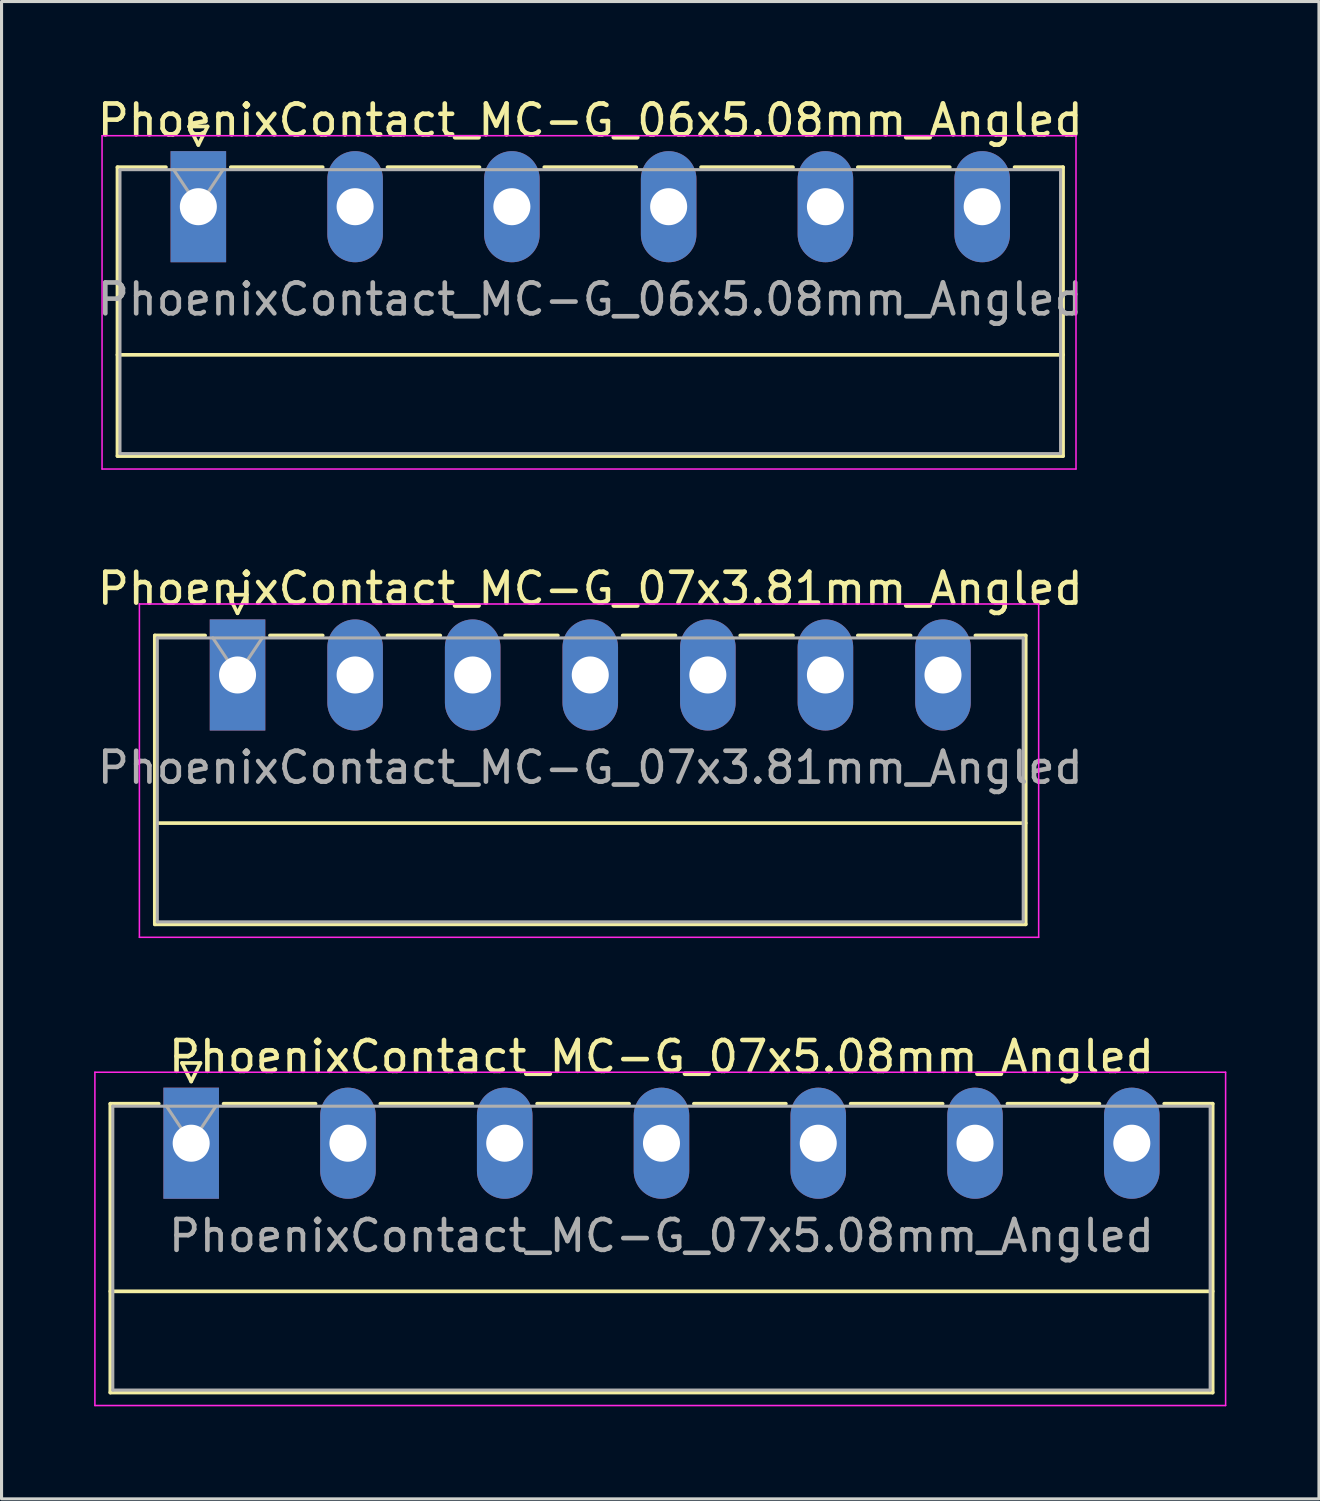
<source format=kicad_pcb>
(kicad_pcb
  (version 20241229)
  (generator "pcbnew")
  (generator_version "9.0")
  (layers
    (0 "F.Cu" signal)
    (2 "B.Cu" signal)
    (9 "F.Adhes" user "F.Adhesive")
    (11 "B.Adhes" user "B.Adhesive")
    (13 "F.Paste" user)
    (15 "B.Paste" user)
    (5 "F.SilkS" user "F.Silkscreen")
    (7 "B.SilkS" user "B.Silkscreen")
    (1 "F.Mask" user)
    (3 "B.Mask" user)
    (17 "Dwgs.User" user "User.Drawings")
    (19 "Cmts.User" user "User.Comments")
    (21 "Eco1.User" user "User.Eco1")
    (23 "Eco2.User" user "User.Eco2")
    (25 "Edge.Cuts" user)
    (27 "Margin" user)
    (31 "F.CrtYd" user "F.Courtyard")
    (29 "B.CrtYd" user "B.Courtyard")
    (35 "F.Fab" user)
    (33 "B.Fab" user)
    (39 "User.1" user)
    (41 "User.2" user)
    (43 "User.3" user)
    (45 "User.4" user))
  (footprint "PhoenixContact_MC-G_07x3.81mm_Angled"
    (layer "F.Cu")
    (at 4.647 18.822)
    (property "Reference" "PhoenixContact_MC-G_07x3.81mm_Angled" (at 11.43 -2.8 0) (layer "F.SilkS") (effects (font (size 1 1) (thickness 0.15))))
    (attr through_hole)
    (fp_line (start -2.68 -1.28) (end -2.68 8.08) (stroke (width 0.12) (type solid)) (layer "F.SilkS"))
    (fp_line (start -2.68 -1.28) (end -1.05 -1.28) (stroke (width 0.12) (type solid)) (layer "F.SilkS"))
    (fp_line (start -2.68 4.8) (end 25.54 4.8) (stroke (width 0.12) (type solid)) (layer "F.SilkS"))
    (fp_line (start -2.68 8.08) (end 25.54 8.08) (stroke (width 0.12) (type solid)) (layer "F.SilkS"))
    (fp_line (start -0.3 -2.6) (end 0.3 -2.6) (stroke (width 0.12) (type solid)) (layer "F.SilkS"))
    (fp_line (start 0 -2) (end -0.3 -2.6) (stroke (width 0.12) (type solid)) (layer "F.SilkS"))
    (fp_line (start 0.3 -2.6) (end 0 -2) (stroke (width 0.12) (type solid)) (layer "F.SilkS"))
    (fp_line (start 1.05 -1.28) (end 2.76 -1.28) (stroke (width 0.12) (type solid)) (layer "F.SilkS"))
    (fp_line (start 4.86 -1.28) (end 6.57 -1.28) (stroke (width 0.12) (type solid)) (layer "F.SilkS"))
    (fp_line (start 8.67 -1.28) (end 10.38 -1.28) (stroke (width 0.12) (type solid)) (layer "F.SilkS"))
    (fp_line (start 12.48 -1.28) (end 14.19 -1.28) (stroke (width 0.12) (type solid)) (layer "F.SilkS"))
    (fp_line (start 16.29 -1.28) (end 18 -1.28) (stroke (width 0.12) (type solid)) (layer "F.SilkS"))
    (fp_line (start 20.1 -1.28) (end 21.81 -1.28) (stroke (width 0.12) (type solid)) (layer "F.SilkS"))
    (fp_line (start 25.54 -1.28) (end 23.91 -1.28) (stroke (width 0.12) (type solid)) (layer "F.SilkS"))
    (fp_line (start 25.54 8.08) (end 25.54 -1.28) (stroke (width 0.12) (type solid)) (layer "F.SilkS"))
    (fp_line (start -3.18 -2.3) (end -3.18 8.5) (stroke (width 0.05) (type solid)) (layer "F.CrtYd"))
    (fp_line (start -3.18 8.5) (end 25.96 8.5) (stroke (width 0.05) (type solid)) (layer "F.CrtYd"))
    (fp_line (start 25.96 -2.3) (end -3.18 -2.3) (stroke (width 0.05) (type solid)) (layer "F.CrtYd"))
    (fp_line (start 25.96 8.5) (end 25.96 -2.3) (stroke (width 0.05) (type solid)) (layer "F.CrtYd"))
    (fp_line (start -2.6 -1.2) (end -2.6 8) (stroke (width 0.1) (type solid)) (layer "F.Fab"))
    (fp_line (start -2.6 8) (end 25.46 8) (stroke (width 0.1) (type solid)) (layer "F.Fab"))
    (fp_line (start 0 0) (end -0.8 -1.2) (stroke (width 0.1) (type solid)) (layer "F.Fab"))
    (fp_line (start 0.8 -1.2) (end 0 0) (stroke (width 0.1) (type solid)) (layer "F.Fab"))
    (fp_line (start 25.46 -1.2) (end -2.6 -1.2) (stroke (width 0.1) (type solid)) (layer "F.Fab"))
    (fp_line (start 25.46 8) (end 25.46 -1.2) (stroke (width 0.1) (type solid)) (layer "F.Fab"))
    (fp_text user "${REFERENCE}" (at 11.43 3 0) (layer "F.Fab") (effects (font (size 1 1) (thickness 0.15))))
    (pad "1" thru_hole rect (at 0 0) (size 1.8 3.6) (drill 1.2) (layers "*.Cu" "*.Mask"))
    (pad "2" thru_hole oval (at 3.81 0) (size 1.8 3.6) (drill 1.2) (layers "*.Cu" "*.Mask"))
    (pad "3" thru_hole oval (at 7.62 0) (size 1.8 3.6) (drill 1.2) (layers "*.Cu" "*.Mask"))
    (pad "4" thru_hole oval (at 11.43 0) (size 1.8 3.6) (drill 1.2) (layers "*.Cu" "*.Mask"))
    (pad "5" thru_hole oval (at 15.24 0) (size 1.8 3.6) (drill 1.2) (layers "*.Cu" "*.Mask"))
    (pad "6" thru_hole oval (at 19.05 0) (size 1.8 3.6) (drill 1.2) (layers "*.Cu" "*.Mask"))
    (pad "7" thru_hole oval (at 22.86 0) (size 1.8 3.6) (drill 1.2) (layers "*.Cu" "*.Mask")))
  (footprint "PhoenixContact_MC-G_06x5.08mm_Angled"
    (layer "F.Cu")
    (at 3.377 3.648)
    (property "Reference" "PhoenixContact_MC-G_06x5.08mm_Angled" (at 12.7 -2.8 0) (layer "F.SilkS") (effects (font (size 1 1) (thickness 0.15))))
    (attr through_hole)
    (fp_line (start -2.62 -1.28) (end -2.62 8.08) (stroke (width 0.12) (type solid)) (layer "F.SilkS"))
    (fp_line (start -2.62 -1.28) (end -1.05 -1.28) (stroke (width 0.12) (type solid)) (layer "F.SilkS"))
    (fp_line (start -2.62 4.8) (end 28.02 4.8) (stroke (width 0.12) (type solid)) (layer "F.SilkS"))
    (fp_line (start -2.62 8.08) (end 28.02 8.08) (stroke (width 0.12) (type solid)) (layer "F.SilkS"))
    (fp_line (start -0.3 -2.6) (end 0.3 -2.6) (stroke (width 0.12) (type solid)) (layer "F.SilkS"))
    (fp_line (start 0 -2) (end -0.3 -2.6) (stroke (width 0.12) (type solid)) (layer "F.SilkS"))
    (fp_line (start 0.3 -2.6) (end 0 -2) (stroke (width 0.12) (type solid)) (layer "F.SilkS"))
    (fp_line (start 1.05 -1.28) (end 4.03 -1.28) (stroke (width 0.12) (type solid)) (layer "F.SilkS"))
    (fp_line (start 6.13 -1.28) (end 9.11 -1.28) (stroke (width 0.12) (type solid)) (layer "F.SilkS"))
    (fp_line (start 11.21 -1.28) (end 14.19 -1.28) (stroke (width 0.12) (type solid)) (layer "F.SilkS"))
    (fp_line (start 16.29 -1.28) (end 19.27 -1.28) (stroke (width 0.12) (type solid)) (layer "F.SilkS"))
    (fp_line (start 21.37 -1.28) (end 24.35 -1.28) (stroke (width 0.12) (type solid)) (layer "F.SilkS"))
    (fp_line (start 28.02 -1.28) (end 26.45 -1.28) (stroke (width 0.12) (type solid)) (layer "F.SilkS"))
    (fp_line (start 28.02 8.08) (end 28.02 -1.28) (stroke (width 0.12) (type solid)) (layer "F.SilkS"))
    (fp_line (start -3.12 -2.3) (end -3.12 8.5) (stroke (width 0.05) (type solid)) (layer "F.CrtYd"))
    (fp_line (start -3.12 8.5) (end 28.44 8.5) (stroke (width 0.05) (type solid)) (layer "F.CrtYd"))
    (fp_line (start 28.44 -2.3) (end -3.12 -2.3) (stroke (width 0.05) (type solid)) (layer "F.CrtYd"))
    (fp_line (start 28.44 8.5) (end 28.44 -2.3) (stroke (width 0.05) (type solid)) (layer "F.CrtYd"))
    (fp_line (start -2.54 -1.2) (end -2.54 8) (stroke (width 0.1) (type solid)) (layer "F.Fab"))
    (fp_line (start -2.54 8) (end 27.94 8) (stroke (width 0.1) (type solid)) (layer "F.Fab"))
    (fp_line (start 0 0) (end -0.8 -1.2) (stroke (width 0.1) (type solid)) (layer "F.Fab"))
    (fp_line (start 0.8 -1.2) (end 0 0) (stroke (width 0.1) (type solid)) (layer "F.Fab"))
    (fp_line (start 27.94 -1.2) (end -2.54 -1.2) (stroke (width 0.1) (type solid)) (layer "F.Fab"))
    (fp_line (start 27.94 8) (end 27.94 -1.2) (stroke (width 0.1) (type solid)) (layer "F.Fab"))
    (fp_text user "${REFERENCE}" (at 12.7 3 0) (layer "F.Fab") (effects (font (size 1 1) (thickness 0.15))))
    (pad "1" thru_hole rect (at 0 0) (size 1.8 3.6) (drill 1.2) (layers "*.Cu" "*.Mask"))
    (pad "2" thru_hole oval (at 5.08 0) (size 1.8 3.6) (drill 1.2) (layers "*.Cu" "*.Mask"))
    (pad "3" thru_hole oval (at 10.16 0) (size 1.8 3.6) (drill 1.2) (layers "*.Cu" "*.Mask"))
    (pad "4" thru_hole oval (at 15.24 0) (size 1.8 3.6) (drill 1.2) (layers "*.Cu" "*.Mask"))
    (pad "5" thru_hole oval (at 20.32 0) (size 1.8 3.6) (drill 1.2) (layers "*.Cu" "*.Mask"))
    (pad "6" thru_hole oval (at 25.4 0) (size 1.8 3.6) (drill 1.2) (layers "*.Cu" "*.Mask")))
  (footprint "PhoenixContact_MC-G_07x5.08mm_Angled"
    (layer "F.Cu")
    (at 3.145 33.995)
    (property "Reference" "PhoenixContact_MC-G_07x5.08mm_Angled" (at 15.24 -2.8 0) (layer "F.SilkS") (effects (font (size 1 1) (thickness 0.15))))
    (attr through_hole)
    (fp_line (start -2.62 -1.28) (end -2.62 8.08) (stroke (width 0.12) (type solid)) (layer "F.SilkS"))
    (fp_line (start -2.62 -1.28) (end -1.05 -1.28) (stroke (width 0.12) (type solid)) (layer "F.SilkS"))
    (fp_line (start -2.62 4.8) (end 33.1 4.8) (stroke (width 0.12) (type solid)) (layer "F.SilkS"))
    (fp_line (start -2.62 8.08) (end 33.1 8.08) (stroke (width 0.12) (type solid)) (layer "F.SilkS"))
    (fp_line (start -0.3 -2.6) (end 0.3 -2.6) (stroke (width 0.12) (type solid)) (layer "F.SilkS"))
    (fp_line (start 0 -2) (end -0.3 -2.6) (stroke (width 0.12) (type solid)) (layer "F.SilkS"))
    (fp_line (start 0.3 -2.6) (end 0 -2) (stroke (width 0.12) (type solid)) (layer "F.SilkS"))
    (fp_line (start 1.05 -1.28) (end 4.03 -1.28) (stroke (width 0.12) (type solid)) (layer "F.SilkS"))
    (fp_line (start 6.13 -1.28) (end 9.11 -1.28) (stroke (width 0.12) (type solid)) (layer "F.SilkS"))
    (fp_line (start 11.21 -1.28) (end 14.19 -1.28) (stroke (width 0.12) (type solid)) (layer "F.SilkS"))
    (fp_line (start 16.29 -1.28) (end 19.27 -1.28) (stroke (width 0.12) (type solid)) (layer "F.SilkS"))
    (fp_line (start 21.37 -1.28) (end 24.35 -1.28) (stroke (width 0.12) (type solid)) (layer "F.SilkS"))
    (fp_line (start 26.45 -1.28) (end 29.43 -1.28) (stroke (width 0.12) (type solid)) (layer "F.SilkS"))
    (fp_line (start 33.1 -1.28) (end 31.53 -1.28) (stroke (width 0.12) (type solid)) (layer "F.SilkS"))
    (fp_line (start 33.1 8.08) (end 33.1 -1.28) (stroke (width 0.12) (type solid)) (layer "F.SilkS"))
    (fp_line (start -3.12 -2.3) (end -3.12 8.5) (stroke (width 0.05) (type solid)) (layer "F.CrtYd"))
    (fp_line (start -3.12 8.5) (end 33.52 8.5) (stroke (width 0.05) (type solid)) (layer "F.CrtYd"))
    (fp_line (start 33.52 -2.3) (end -3.12 -2.3) (stroke (width 0.05) (type solid)) (layer "F.CrtYd"))
    (fp_line (start 33.52 8.5) (end 33.52 -2.3) (stroke (width 0.05) (type solid)) (layer "F.CrtYd"))
    (fp_line (start -2.54 -1.2) (end -2.54 8) (stroke (width 0.1) (type solid)) (layer "F.Fab"))
    (fp_line (start -2.54 8) (end 33.02 8) (stroke (width 0.1) (type solid)) (layer "F.Fab"))
    (fp_line (start 0 0) (end -0.8 -1.2) (stroke (width 0.1) (type solid)) (layer "F.Fab"))
    (fp_line (start 0.8 -1.2) (end 0 0) (stroke (width 0.1) (type solid)) (layer "F.Fab"))
    (fp_line (start 33.02 -1.2) (end -2.54 -1.2) (stroke (width 0.1) (type solid)) (layer "F.Fab"))
    (fp_line (start 33.02 8) (end 33.02 -1.2) (stroke (width 0.1) (type solid)) (layer "F.Fab"))
    (fp_text user "${REFERENCE}" (at 15.24 3 0) (layer "F.Fab") (effects (font (size 1 1) (thickness 0.15))))
    (pad "1" thru_hole rect (at 0 0) (size 1.8 3.6) (drill 1.2) (layers "*.Cu" "*.Mask"))
    (pad "2" thru_hole oval (at 5.08 0) (size 1.8 3.6) (drill 1.2) (layers "*.Cu" "*.Mask"))
    (pad "3" thru_hole oval (at 10.16 0) (size 1.8 3.6) (drill 1.2) (layers "*.Cu" "*.Mask"))
    (pad "4" thru_hole oval (at 15.24 0) (size 1.8 3.6) (drill 1.2) (layers "*.Cu" "*.Mask"))
    (pad "5" thru_hole oval (at 20.32 0) (size 1.8 3.6) (drill 1.2) (layers "*.Cu" "*.Mask"))
    (pad "6" thru_hole oval (at 25.4 0) (size 1.8 3.6) (drill 1.2) (layers "*.Cu" "*.Mask"))
    (pad "7" thru_hole oval (at 30.48 0) (size 1.8 3.6) (drill 1.2) (layers "*.Cu" "*.Mask")))
  (gr_rect
    (start -3 -3)
    (end 39.69 45.52)
    (stroke (width 0.1) (type default))
    (fill no)
    (layer "Edge.Cuts")))
</source>
